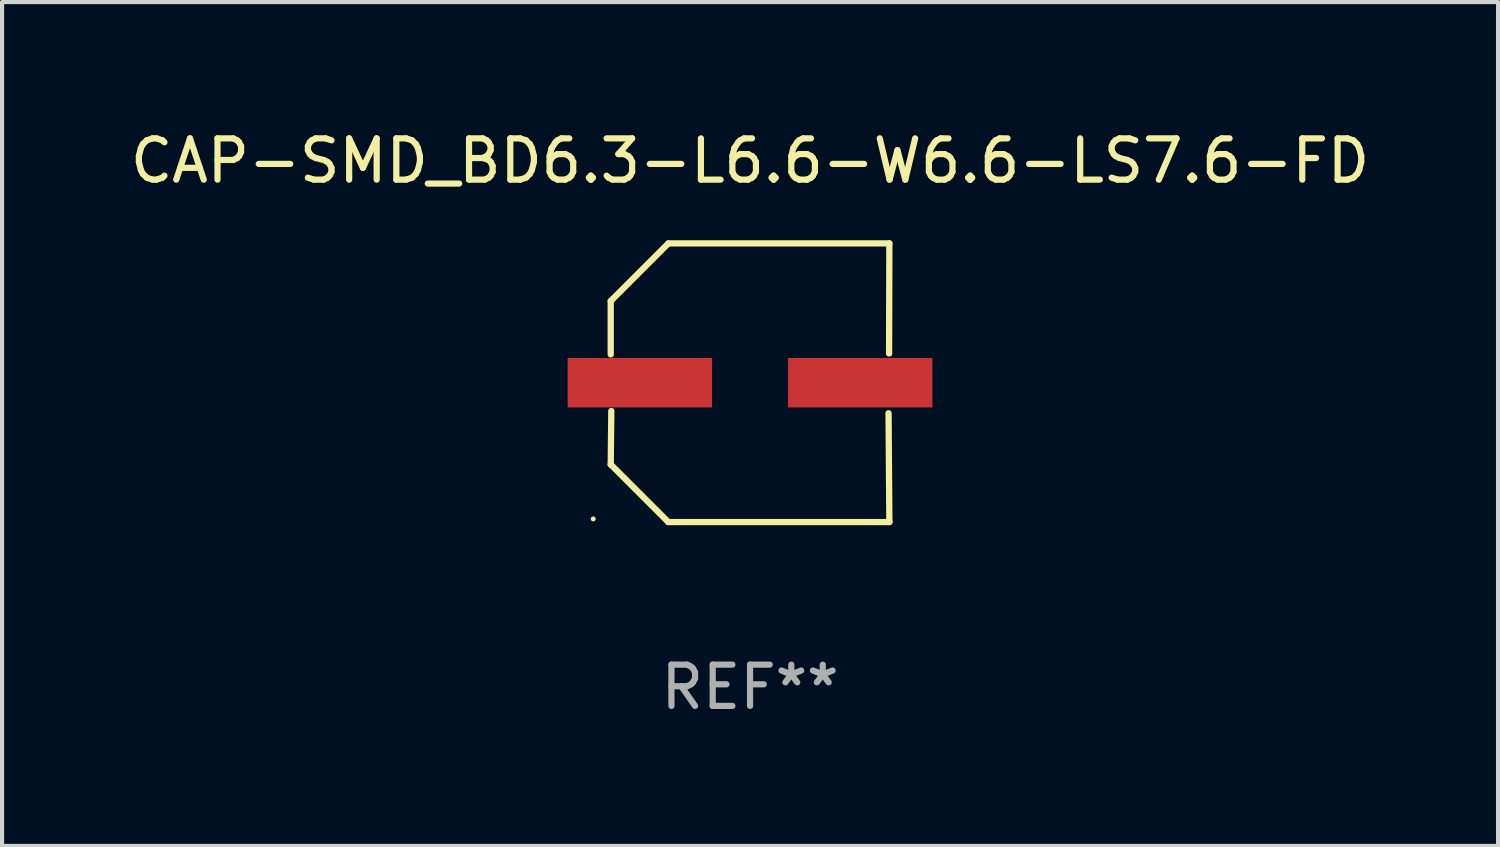
<source format=kicad_pcb>
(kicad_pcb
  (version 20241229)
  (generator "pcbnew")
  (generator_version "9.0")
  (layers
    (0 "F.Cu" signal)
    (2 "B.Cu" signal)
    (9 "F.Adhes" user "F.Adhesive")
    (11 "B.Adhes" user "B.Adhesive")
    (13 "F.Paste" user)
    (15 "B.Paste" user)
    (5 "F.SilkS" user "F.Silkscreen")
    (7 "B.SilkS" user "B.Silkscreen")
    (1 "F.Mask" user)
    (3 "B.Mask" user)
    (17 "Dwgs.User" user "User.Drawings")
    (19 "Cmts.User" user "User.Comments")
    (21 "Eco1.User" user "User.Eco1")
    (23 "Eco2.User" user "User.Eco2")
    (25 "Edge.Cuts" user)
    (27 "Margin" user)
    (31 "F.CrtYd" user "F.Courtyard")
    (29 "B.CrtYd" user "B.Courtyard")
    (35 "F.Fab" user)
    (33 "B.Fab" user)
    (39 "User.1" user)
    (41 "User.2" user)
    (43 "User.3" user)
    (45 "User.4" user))
  (footprint "CAP-SMD_BD6.3-L6.6-W6.6-LS7.6-FD"
    (layer "F.Cu")
    (at 15.125 6.224)
    (property "Reference" "CAP-SMD_BD6.3-L6.6-W6.6-LS7.6-FD" (at -0.000025 -5.376 0) (layer "F.SilkS") (effects (font (size 1 1) (thickness 0.15))))
    (attr through_hole)
    (fp_line (start -3.376 -1.98) (end -3.376 -0.686) (stroke (width 0.152) (type solid)) (layer "F.SilkS"))
    (fp_line (start -3.376 1.981) (end -3.362 0.686) (stroke (width 0.152) (type solid)) (layer "F.SilkS"))
    (fp_line (start -1.981 3.376) (end -3.376 1.981) (stroke (width 0.152) (type solid)) (layer "F.SilkS"))
    (fp_line (start -1.98 -3.376) (end -3.376 -1.98) (stroke (width 0.152) (type solid)) (layer "F.SilkS"))
    (fp_line (start 3.356 0.739) (end 3.376 3.376) (stroke (width 0.152) (type solid)) (layer "F.SilkS"))
    (fp_line (start 3.369 -0.708) (end 3.376 -3.376) (stroke (width 0.152) (type solid)) (layer "F.SilkS"))
    (fp_line (start 3.376 3.376) (end -1.981 3.376) (stroke (width 0.152) (type solid)) (layer "F.SilkS"))
    (fp_line (start 3.376 -3.376) (end -1.98 -3.376) (stroke (width 0.152) (type solid)) (layer "F.SilkS"))
    (fp_circle (center -3.8 3.3) (end -3.77 3.3) (stroke (width 0.06) (type solid)) (fill no) (layer "F.SilkS"))
    (fp_text user "REF**" (at -0.000025 7.376 0) (layer "F.Fab") (effects (font (size 1 1) (thickness 0.15))))
    (pad "1" smd rect (at -2.67 0) (size 3.5 1.2) (layers "F.Cu" "F.Mask" "F.Paste"))
    (pad "2" smd rect (at 2.67 0) (size 3.5 1.2) (layers "F.Cu" "F.Mask" "F.Paste")))
  (gr_rect
    (start -3 -3)
    (end 33.25 17.448)
    (stroke (width 0.1) (type default))
    (fill no)
    (layer "Edge.Cuts")))
</source>
